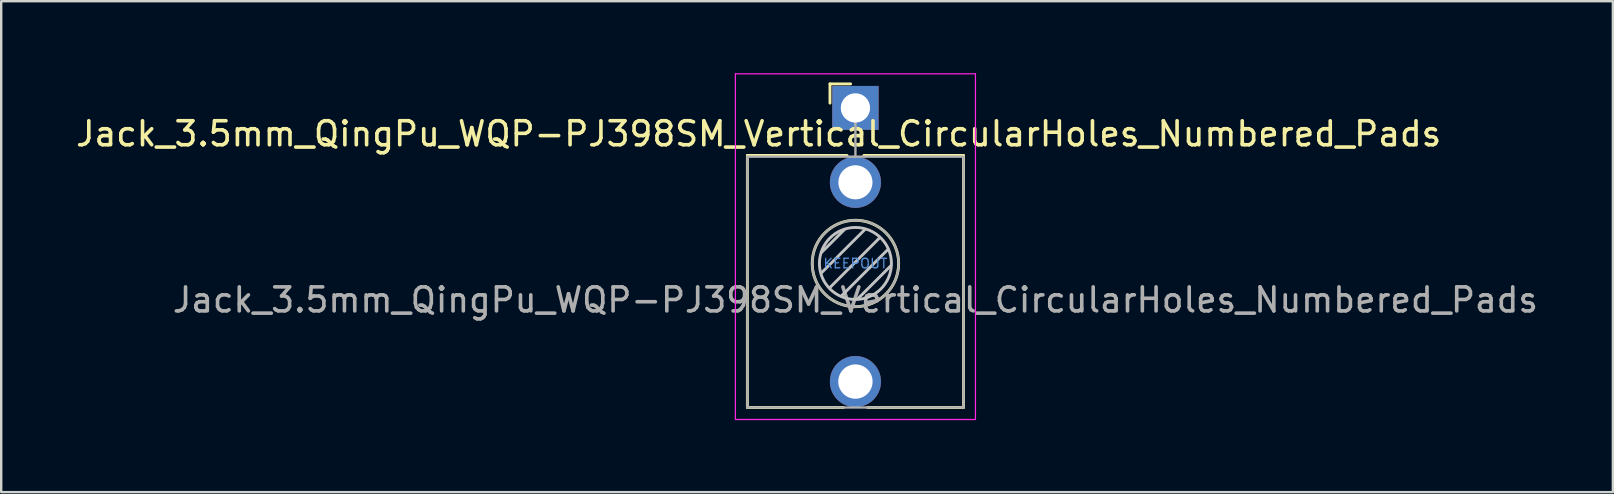
<source format=kicad_pcb>
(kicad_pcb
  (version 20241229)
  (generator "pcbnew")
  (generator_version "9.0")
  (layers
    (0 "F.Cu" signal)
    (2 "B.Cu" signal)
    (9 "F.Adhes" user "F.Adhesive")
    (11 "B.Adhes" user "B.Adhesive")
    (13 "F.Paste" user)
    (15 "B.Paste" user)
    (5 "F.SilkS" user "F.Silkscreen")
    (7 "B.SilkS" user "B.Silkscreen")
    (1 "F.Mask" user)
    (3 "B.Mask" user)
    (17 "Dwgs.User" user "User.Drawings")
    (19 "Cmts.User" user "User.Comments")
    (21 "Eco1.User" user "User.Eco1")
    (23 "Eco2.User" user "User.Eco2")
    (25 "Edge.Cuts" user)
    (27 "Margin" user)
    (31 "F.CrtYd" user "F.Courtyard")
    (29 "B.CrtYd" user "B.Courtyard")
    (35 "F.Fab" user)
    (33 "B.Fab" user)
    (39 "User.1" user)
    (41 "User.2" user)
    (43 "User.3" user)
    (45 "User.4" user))
  (footprint "Jack_3.5mm_QingPu_WQP-PJ398SM_Vertical_CircularHoles_Numbered_Pads"
    (layer "F.Cu")
    (at 32.584 1.445)
    (property "Reference" "Jack_3.5mm_QingPu_WQP-PJ398SM_Vertical_CircularHoles_Numbered_Pads" (at -4.03 1.08 180) (layer "F.SilkS") (effects (font (size 1 1) (thickness 0.15))))
    (attr through_hole)
    (fp_line (start -4.5 1.98) (end -4.5 12.48) (stroke (width 0.12) (type solid)) (layer "F.SilkS"))
    (fp_line (start -1.06 -1) (end -1.06 -0.2) (stroke (width 0.12) (type solid)) (layer "F.SilkS"))
    (fp_line (start -1.06 -1) (end -0.2 -1) (stroke (width 0.12) (type solid)) (layer "F.SilkS"))
    (fp_line (start -0.5 12.48) (end -4.5 12.48) (stroke (width 0.12) (type solid)) (layer "F.SilkS"))
    (fp_line (start -0.35 1.98) (end -4.5 1.98) (stroke (width 0.12) (type solid)) (layer "F.SilkS"))
    (fp_line (start 4.5 1.98) (end 0.35 1.98) (stroke (width 0.12) (type solid)) (layer "F.SilkS"))
    (fp_line (start 4.5 1.98) (end 4.5 12.48) (stroke (width 0.12) (type solid)) (layer "F.SilkS"))
    (fp_line (start 4.5 12.48) (end 0.5 12.48) (stroke (width 0.12) (type solid)) (layer "F.SilkS"))
    (fp_circle (center 0 6.48) (end 1.8 6.48) (stroke (width 0.12) (type solid)) (fill no) (layer "F.SilkS"))
    (fp_line (start -1.42 6.875) (end 0.4 5.06) (stroke (width 0.12) (type solid)) (layer "Dwgs.User"))
    (fp_line (start -1.41 6.02) (end -0.46 5.07) (stroke (width 0.12) (type solid)) (layer "Dwgs.User"))
    (fp_line (start -1.07 7.49) (end 1.01 5.41) (stroke (width 0.12) (type solid)) (layer "Dwgs.User"))
    (fp_line (start -0.58 7.83) (end 1.36 5.89) (stroke (width 0.12) (type solid)) (layer "Dwgs.User"))
    (fp_line (start 0.09 7.96) (end 1.48 6.57) (stroke (width 0.12) (type solid)) (layer "Dwgs.User"))
    (fp_circle (center 0 6.48) (end 1.5 6.48) (stroke (width 0.12) (type solid)) (fill no) (layer "Dwgs.User"))
    (fp_line (start -5 12.98) (end -5 -1.42) (stroke (width 0.05) (type solid)) (layer "F.CrtYd"))
    (fp_line (start 5 -1.42) (end -5 -1.42) (stroke (width 0.05) (type solid)) (layer "F.CrtYd"))
    (fp_line (start 5 12.98) (end -5 12.98) (stroke (width 0.05) (type solid)) (layer "F.CrtYd"))
    (fp_line (start 5 12.98) (end 5 -1.42) (stroke (width 0.05) (type solid)) (layer "F.CrtYd"))
    (fp_line (start -4.5 12.48) (end -4.5 2.08) (stroke (width 0.1) (type solid)) (layer "F.Fab"))
    (fp_line (start 0 0) (end 0 2.03) (stroke (width 0.1) (type solid)) (layer "F.Fab"))
    (fp_line (start 4.5 2.03) (end -4.5 2.03) (stroke (width 0.1) (type solid)) (layer "F.Fab"))
    (fp_line (start 4.5 12.48) (end -4.5 12.48) (stroke (width 0.1) (type solid)) (layer "F.Fab"))
    (fp_line (start 4.5 12.48) (end 4.5 2.08) (stroke (width 0.1) (type solid)) (layer "F.Fab"))
    (fp_circle (center 0 6.48) (end 1.8 6.48) (stroke (width 0.1) (type solid)) (fill no) (layer "F.Fab"))
    (fp_text user "KEEPOUT" (at 0 6.48 0) (layer "Cmts.User") (effects (font (size 0.4 0.4) (thickness 0.051))))
    (fp_text user "${REFERENCE}" (at 0 8 180) (layer "F.Fab") (effects (font (size 1 1) (thickness 0.15))))
    (pad "1" thru_hole rect (at 0 0 180) (size 1.93 1.83) (drill 1.22) (layers "*.Cu" "*.Mask"))
    (pad "2" thru_hole circle (at 0 3.1 180) (size 2.13 2.13) (drill 1.42) (layers "*.Cu" "*.Mask"))
    (pad "3" thru_hole circle (at 0 11.4 180) (size 2.13 2.13) (drill 1.43) (layers "*.Cu" "*.Mask")))
  (gr_rect
    (start -3 -3)
    (end 64.137 17.45)
    (stroke (width 0.1) (type default))
    (fill no)
    (layer "Edge.Cuts")))
</source>
